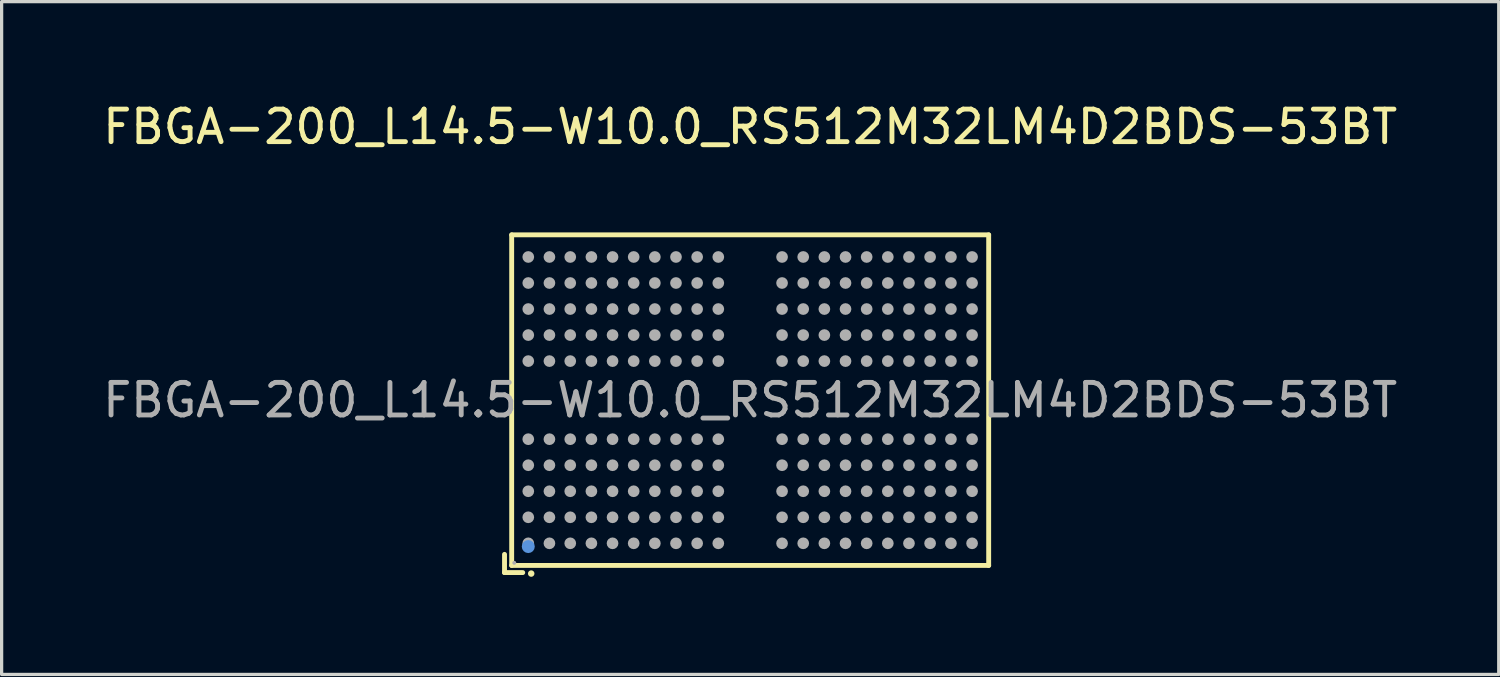
<source format=kicad_pcb>
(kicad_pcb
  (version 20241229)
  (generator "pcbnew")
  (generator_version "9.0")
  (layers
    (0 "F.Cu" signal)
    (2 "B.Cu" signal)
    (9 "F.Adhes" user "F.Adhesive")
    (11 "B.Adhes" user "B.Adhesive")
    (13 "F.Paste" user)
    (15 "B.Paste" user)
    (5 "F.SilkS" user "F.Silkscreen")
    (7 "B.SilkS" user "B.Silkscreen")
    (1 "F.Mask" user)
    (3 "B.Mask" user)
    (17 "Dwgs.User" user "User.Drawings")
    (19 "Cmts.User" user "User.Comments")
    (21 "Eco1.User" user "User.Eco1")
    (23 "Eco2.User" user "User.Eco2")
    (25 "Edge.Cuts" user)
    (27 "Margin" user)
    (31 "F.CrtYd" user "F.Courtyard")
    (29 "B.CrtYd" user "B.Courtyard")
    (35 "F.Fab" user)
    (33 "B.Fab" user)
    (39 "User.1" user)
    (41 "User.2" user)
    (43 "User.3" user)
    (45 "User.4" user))
  (footprint "FBGA-200_L14.5-W10.0_RS512M32LM4D2BDS-53BT"
    (layer "F.Cu")
    (at 20.006 9.248)
    (property "Reference" "FBGA-200_L14.5-W10.0_RS512M32LM4D2BDS-53BT" (at 0 -8.4 0) (layer "F.SilkS") (effects (font (size 1 1) (thickness 0.15))))
    (attr smd)
    (fp_line (start -7.55 4.74) (end -7.55 5.3) (stroke (width 0.15) (type solid)) (layer "F.SilkS"))
    (fp_line (start -7.55 5.3) (end -6.99 5.3) (stroke (width 0.15) (type solid)) (layer "F.SilkS"))
    (fp_line (start -7.33 -5.08) (end 7.33 -5.08) (stroke (width 0.15) (type solid)) (layer "F.SilkS"))
    (fp_line (start -7.33 5.08) (end -7.33 -5.08) (stroke (width 0.15) (type solid)) (layer "F.SilkS"))
    (fp_line (start 7.33 -5.08) (end 7.33 5.08) (stroke (width 0.15) (type solid)) (layer "F.SilkS"))
    (fp_line (start 7.33 5.08) (end -7.33 5.08) (stroke (width 0.15) (type solid)) (layer "F.SilkS"))
    (fp_circle (center -6.73 5.33) (end -6.68 5.33) (stroke (width 0.1) (type solid)) (fill no) (layer "F.SilkS"))
    (fp_circle (center -6.82 4.5) (end -6.72 4.5) (stroke (width 0.2) (type solid)) (fill no) (layer "Cmts.User"))
    (fp_circle (center -7.25 5) (end -7.22 5) (stroke (width 0.06) (type solid)) (fill no) (layer "F.Fab"))
    (fp_circle (center -6.82 -4.4) (end -6.73 -4.4) (stroke (width 0.18) (type solid)) (fill no) (layer "F.Fab"))
    (fp_circle (center -6.82 -3.6) (end -6.73 -3.6) (stroke (width 0.18) (type solid)) (fill no) (layer "F.Fab"))
    (fp_circle (center -6.82 -2.8) (end -6.73 -2.8) (stroke (width 0.18) (type solid)) (fill no) (layer "F.Fab"))
    (fp_circle (center -6.82 -2) (end -6.73 -2) (stroke (width 0.18) (type solid)) (fill no) (layer "F.Fab"))
    (fp_circle (center -6.82 -1.2) (end -6.73 -1.2) (stroke (width 0.18) (type solid)) (fill no) (layer "F.Fab"))
    (fp_circle (center -6.82 1.2) (end -6.73 1.2) (stroke (width 0.18) (type solid)) (fill no) (layer "F.Fab"))
    (fp_circle (center -6.82 2) (end -6.73 2) (stroke (width 0.18) (type solid)) (fill no) (layer "F.Fab"))
    (fp_circle (center -6.82 2.8) (end -6.73 2.8) (stroke (width 0.18) (type solid)) (fill no) (layer "F.Fab"))
    (fp_circle (center -6.82 3.6) (end -6.73 3.6) (stroke (width 0.18) (type solid)) (fill no) (layer "F.Fab"))
    (fp_circle (center -6.82 4.4) (end -6.73 4.4) (stroke (width 0.18) (type solid)) (fill no) (layer "F.Fab"))
    (fp_circle (center -6.17 -4.4) (end -6.08 -4.4) (stroke (width 0.18) (type solid)) (fill no) (layer "F.Fab"))
    (fp_circle (center -6.17 -3.6) (end -6.08 -3.6) (stroke (width 0.18) (type solid)) (fill no) (layer "F.Fab"))
    (fp_circle (center -6.17 -2.8) (end -6.08 -2.8) (stroke (width 0.18) (type solid)) (fill no) (layer "F.Fab"))
    (fp_circle (center -6.17 -2) (end -6.08 -2) (stroke (width 0.18) (type solid)) (fill no) (layer "F.Fab"))
    (fp_circle (center -6.17 -1.2) (end -6.08 -1.2) (stroke (width 0.18) (type solid)) (fill no) (layer "F.Fab"))
    (fp_circle (center -6.17 1.2) (end -6.08 1.2) (stroke (width 0.18) (type solid)) (fill no) (layer "F.Fab"))
    (fp_circle (center -6.17 2) (end -6.08 2) (stroke (width 0.18) (type solid)) (fill no) (layer "F.Fab"))
    (fp_circle (center -6.17 2.8) (end -6.08 2.8) (stroke (width 0.18) (type solid)) (fill no) (layer "F.Fab"))
    (fp_circle (center -6.17 3.6) (end -6.08 3.6) (stroke (width 0.18) (type solid)) (fill no) (layer "F.Fab"))
    (fp_circle (center -6.17 4.4) (end -6.08 4.4) (stroke (width 0.18) (type solid)) (fill no) (layer "F.Fab"))
    (fp_circle (center -5.53 -4.4) (end -5.44 -4.4) (stroke (width 0.18) (type solid)) (fill no) (layer "F.Fab"))
    (fp_circle (center -5.53 -3.6) (end -5.44 -3.6) (stroke (width 0.18) (type solid)) (fill no) (layer "F.Fab"))
    (fp_circle (center -5.53 -2.8) (end -5.44 -2.8) (stroke (width 0.18) (type solid)) (fill no) (layer "F.Fab"))
    (fp_circle (center -5.53 -2) (end -5.44 -2) (stroke (width 0.18) (type solid)) (fill no) (layer "F.Fab"))
    (fp_circle (center -5.53 -1.2) (end -5.44 -1.2) (stroke (width 0.18) (type solid)) (fill no) (layer "F.Fab"))
    (fp_circle (center -5.53 1.2) (end -5.44 1.2) (stroke (width 0.18) (type solid)) (fill no) (layer "F.Fab"))
    (fp_circle (center -5.53 2) (end -5.44 2) (stroke (width 0.18) (type solid)) (fill no) (layer "F.Fab"))
    (fp_circle (center -5.53 2.8) (end -5.44 2.8) (stroke (width 0.18) (type solid)) (fill no) (layer "F.Fab"))
    (fp_circle (center -5.53 3.6) (end -5.44 3.6) (stroke (width 0.18) (type solid)) (fill no) (layer "F.Fab"))
    (fp_circle (center -5.53 4.4) (end -5.44 4.4) (stroke (width 0.18) (type solid)) (fill no) (layer "F.Fab"))
    (fp_circle (center -4.88 -4.4) (end -4.79 -4.4) (stroke (width 0.18) (type solid)) (fill no) (layer "F.Fab"))
    (fp_circle (center -4.88 -3.6) (end -4.79 -3.6) (stroke (width 0.18) (type solid)) (fill no) (layer "F.Fab"))
    (fp_circle (center -4.88 -2.8) (end -4.79 -2.8) (stroke (width 0.18) (type solid)) (fill no) (layer "F.Fab"))
    (fp_circle (center -4.88 -2) (end -4.79 -2) (stroke (width 0.18) (type solid)) (fill no) (layer "F.Fab"))
    (fp_circle (center -4.88 -1.2) (end -4.79 -1.2) (stroke (width 0.18) (type solid)) (fill no) (layer "F.Fab"))
    (fp_circle (center -4.88 1.2) (end -4.79 1.2) (stroke (width 0.18) (type solid)) (fill no) (layer "F.Fab"))
    (fp_circle (center -4.88 2) (end -4.79 2) (stroke (width 0.18) (type solid)) (fill no) (layer "F.Fab"))
    (fp_circle (center -4.88 2.8) (end -4.79 2.8) (stroke (width 0.18) (type solid)) (fill no) (layer "F.Fab"))
    (fp_circle (center -4.88 3.6) (end -4.79 3.6) (stroke (width 0.18) (type solid)) (fill no) (layer "F.Fab"))
    (fp_circle (center -4.88 4.4) (end -4.79 4.4) (stroke (width 0.18) (type solid)) (fill no) (layer "F.Fab"))
    (fp_circle (center -4.23 -4.4) (end -4.14 -4.4) (stroke (width 0.18) (type solid)) (fill no) (layer "F.Fab"))
    (fp_circle (center -4.23 -3.6) (end -4.14 -3.6) (stroke (width 0.18) (type solid)) (fill no) (layer "F.Fab"))
    (fp_circle (center -4.23 -2.8) (end -4.14 -2.8) (stroke (width 0.18) (type solid)) (fill no) (layer "F.Fab"))
    (fp_circle (center -4.23 -2) (end -4.14 -2) (stroke (width 0.18) (type solid)) (fill no) (layer "F.Fab"))
    (fp_circle (center -4.23 -1.2) (end -4.14 -1.2) (stroke (width 0.18) (type solid)) (fill no) (layer "F.Fab"))
    (fp_circle (center -4.23 1.2) (end -4.14 1.2) (stroke (width 0.18) (type solid)) (fill no) (layer "F.Fab"))
    (fp_circle (center -4.23 2) (end -4.14 2) (stroke (width 0.18) (type solid)) (fill no) (layer "F.Fab"))
    (fp_circle (center -4.23 2.8) (end -4.14 2.8) (stroke (width 0.18) (type solid)) (fill no) (layer "F.Fab"))
    (fp_circle (center -4.23 3.6) (end -4.14 3.6) (stroke (width 0.18) (type solid)) (fill no) (layer "F.Fab"))
    (fp_circle (center -4.23 4.4) (end -4.14 4.4) (stroke (width 0.18) (type solid)) (fill no) (layer "F.Fab"))
    (fp_circle (center -3.58 -4.4) (end -3.49 -4.4) (stroke (width 0.18) (type solid)) (fill no) (layer "F.Fab"))
    (fp_circle (center -3.58 -3.6) (end -3.49 -3.6) (stroke (width 0.18) (type solid)) (fill no) (layer "F.Fab"))
    (fp_circle (center -3.58 -2.8) (end -3.49 -2.8) (stroke (width 0.18) (type solid)) (fill no) (layer "F.Fab"))
    (fp_circle (center -3.58 -2) (end -3.49 -2) (stroke (width 0.18) (type solid)) (fill no) (layer "F.Fab"))
    (fp_circle (center -3.58 -1.2) (end -3.49 -1.2) (stroke (width 0.18) (type solid)) (fill no) (layer "F.Fab"))
    (fp_circle (center -3.58 1.2) (end -3.49 1.2) (stroke (width 0.18) (type solid)) (fill no) (layer "F.Fab"))
    (fp_circle (center -3.58 2) (end -3.49 2) (stroke (width 0.18) (type solid)) (fill no) (layer "F.Fab"))
    (fp_circle (center -3.58 2.8) (end -3.49 2.8) (stroke (width 0.18) (type solid)) (fill no) (layer "F.Fab"))
    (fp_circle (center -3.58 3.6) (end -3.49 3.6) (stroke (width 0.18) (type solid)) (fill no) (layer "F.Fab"))
    (fp_circle (center -3.58 4.4) (end -3.49 4.4) (stroke (width 0.18) (type solid)) (fill no) (layer "F.Fab"))
    (fp_circle (center -2.93 -4.4) (end -2.84 -4.4) (stroke (width 0.18) (type solid)) (fill no) (layer "F.Fab"))
    (fp_circle (center -2.93 -3.6) (end -2.84 -3.6) (stroke (width 0.18) (type solid)) (fill no) (layer "F.Fab"))
    (fp_circle (center -2.93 -2.8) (end -2.84 -2.8) (stroke (width 0.18) (type solid)) (fill no) (layer "F.Fab"))
    (fp_circle (center -2.93 -2) (end -2.84 -2) (stroke (width 0.18) (type solid)) (fill no) (layer "F.Fab"))
    (fp_circle (center -2.93 -1.2) (end -2.84 -1.2) (stroke (width 0.18) (type solid)) (fill no) (layer "F.Fab"))
    (fp_circle (center -2.93 1.2) (end -2.84 1.2) (stroke (width 0.18) (type solid)) (fill no) (layer "F.Fab"))
    (fp_circle (center -2.93 2) (end -2.84 2) (stroke (width 0.18) (type solid)) (fill no) (layer "F.Fab"))
    (fp_circle (center -2.93 2.8) (end -2.84 2.8) (stroke (width 0.18) (type solid)) (fill no) (layer "F.Fab"))
    (fp_circle (center -2.93 3.6) (end -2.84 3.6) (stroke (width 0.18) (type solid)) (fill no) (layer "F.Fab"))
    (fp_circle (center -2.93 4.4) (end -2.84 4.4) (stroke (width 0.18) (type solid)) (fill no) (layer "F.Fab"))
    (fp_circle (center -2.28 -4.4) (end -2.19 -4.4) (stroke (width 0.18) (type solid)) (fill no) (layer "F.Fab"))
    (fp_circle (center -2.28 -3.6) (end -2.19 -3.6) (stroke (width 0.18) (type solid)) (fill no) (layer "F.Fab"))
    (fp_circle (center -2.28 -2.8) (end -2.19 -2.8) (stroke (width 0.18) (type solid)) (fill no) (layer "F.Fab"))
    (fp_circle (center -2.28 -2) (end -2.19 -2) (stroke (width 0.18) (type solid)) (fill no) (layer "F.Fab"))
    (fp_circle (center -2.28 -1.2) (end -2.19 -1.2) (stroke (width 0.18) (type solid)) (fill no) (layer "F.Fab"))
    (fp_circle (center -2.28 1.2) (end -2.19 1.2) (stroke (width 0.18) (type solid)) (fill no) (layer "F.Fab"))
    (fp_circle (center -2.28 2) (end -2.19 2) (stroke (width 0.18) (type solid)) (fill no) (layer "F.Fab"))
    (fp_circle (center -2.28 2.8) (end -2.19 2.8) (stroke (width 0.18) (type solid)) (fill no) (layer "F.Fab"))
    (fp_circle (center -2.28 3.6) (end -2.19 3.6) (stroke (width 0.18) (type solid)) (fill no) (layer "F.Fab"))
    (fp_circle (center -2.28 4.4) (end -2.19 4.4) (stroke (width 0.18) (type solid)) (fill no) (layer "F.Fab"))
    (fp_circle (center -1.63 -4.4) (end -1.54 -4.4) (stroke (width 0.18) (type solid)) (fill no) (layer "F.Fab"))
    (fp_circle (center -1.63 -3.6) (end -1.54 -3.6) (stroke (width 0.18) (type solid)) (fill no) (layer "F.Fab"))
    (fp_circle (center -1.63 -2.8) (end -1.54 -2.8) (stroke (width 0.18) (type solid)) (fill no) (layer "F.Fab"))
    (fp_circle (center -1.63 -2) (end -1.54 -2) (stroke (width 0.18) (type solid)) (fill no) (layer "F.Fab"))
    (fp_circle (center -1.63 -1.2) (end -1.54 -1.2) (stroke (width 0.18) (type solid)) (fill no) (layer "F.Fab"))
    (fp_circle (center -1.63 1.2) (end -1.54 1.2) (stroke (width 0.18) (type solid)) (fill no) (layer "F.Fab"))
    (fp_circle (center -1.63 2) (end -1.54 2) (stroke (width 0.18) (type solid)) (fill no) (layer "F.Fab"))
    (fp_circle (center -1.63 2.8) (end -1.54 2.8) (stroke (width 0.18) (type solid)) (fill no) (layer "F.Fab"))
    (fp_circle (center -1.63 3.6) (end -1.54 3.6) (stroke (width 0.18) (type solid)) (fill no) (layer "F.Fab"))
    (fp_circle (center -1.63 4.4) (end -1.54 4.4) (stroke (width 0.18) (type solid)) (fill no) (layer "F.Fab"))
    (fp_circle (center -0.98 -4.4) (end -0.89 -4.4) (stroke (width 0.18) (type solid)) (fill no) (layer "F.Fab"))
    (fp_circle (center -0.98 -3.6) (end -0.89 -3.6) (stroke (width 0.18) (type solid)) (fill no) (layer "F.Fab"))
    (fp_circle (center -0.98 -2.8) (end -0.89 -2.8) (stroke (width 0.18) (type solid)) (fill no) (layer "F.Fab"))
    (fp_circle (center -0.98 -2) (end -0.89 -2) (stroke (width 0.18) (type solid)) (fill no) (layer "F.Fab"))
    (fp_circle (center -0.98 -1.2) (end -0.89 -1.2) (stroke (width 0.18) (type solid)) (fill no) (layer "F.Fab"))
    (fp_circle (center -0.98 1.2) (end -0.89 1.2) (stroke (width 0.18) (type solid)) (fill no) (layer "F.Fab"))
    (fp_circle (center -0.98 2) (end -0.89 2) (stroke (width 0.18) (type solid)) (fill no) (layer "F.Fab"))
    (fp_circle (center -0.98 2.8) (end -0.89 2.8) (stroke (width 0.18) (type solid)) (fill no) (layer "F.Fab"))
    (fp_circle (center -0.98 3.6) (end -0.89 3.6) (stroke (width 0.18) (type solid)) (fill no) (layer "F.Fab"))
    (fp_circle (center -0.98 4.4) (end -0.89 4.4) (stroke (width 0.18) (type solid)) (fill no) (layer "F.Fab"))
    (fp_circle (center 0.98 -4.4) (end 1.07 -4.4) (stroke (width 0.18) (type solid)) (fill no) (layer "F.Fab"))
    (fp_circle (center 0.98 -3.6) (end 1.07 -3.6) (stroke (width 0.18) (type solid)) (fill no) (layer "F.Fab"))
    (fp_circle (center 0.98 -2.8) (end 1.07 -2.8) (stroke (width 0.18) (type solid)) (fill no) (layer "F.Fab"))
    (fp_circle (center 0.98 -2) (end 1.07 -2) (stroke (width 0.18) (type solid)) (fill no) (layer "F.Fab"))
    (fp_circle (center 0.98 -1.2) (end 1.07 -1.2) (stroke (width 0.18) (type solid)) (fill no) (layer "F.Fab"))
    (fp_circle (center 0.98 1.2) (end 1.07 1.2) (stroke (width 0.18) (type solid)) (fill no) (layer "F.Fab"))
    (fp_circle (center 0.98 2) (end 1.07 2) (stroke (width 0.18) (type solid)) (fill no) (layer "F.Fab"))
    (fp_circle (center 0.98 2.8) (end 1.07 2.8) (stroke (width 0.18) (type solid)) (fill no) (layer "F.Fab"))
    (fp_circle (center 0.98 3.6) (end 1.07 3.6) (stroke (width 0.18) (type solid)) (fill no) (layer "F.Fab"))
    (fp_circle (center 0.98 4.4) (end 1.07 4.4) (stroke (width 0.18) (type solid)) (fill no) (layer "F.Fab"))
    (fp_circle (center 1.63 -4.4) (end 1.72 -4.4) (stroke (width 0.18) (type solid)) (fill no) (layer "F.Fab"))
    (fp_circle (center 1.63 -3.6) (end 1.72 -3.6) (stroke (width 0.18) (type solid)) (fill no) (layer "F.Fab"))
    (fp_circle (center 1.63 -2.8) (end 1.72 -2.8) (stroke (width 0.18) (type solid)) (fill no) (layer "F.Fab"))
    (fp_circle (center 1.63 -2) (end 1.72 -2) (stroke (width 0.18) (type solid)) (fill no) (layer "F.Fab"))
    (fp_circle (center 1.63 -1.2) (end 1.72 -1.2) (stroke (width 0.18) (type solid)) (fill no) (layer "F.Fab"))
    (fp_circle (center 1.63 1.2) (end 1.72 1.2) (stroke (width 0.18) (type solid)) (fill no) (layer "F.Fab"))
    (fp_circle (center 1.63 2) (end 1.72 2) (stroke (width 0.18) (type solid)) (fill no) (layer "F.Fab"))
    (fp_circle (center 1.63 2.8) (end 1.72 2.8) (stroke (width 0.18) (type solid)) (fill no) (layer "F.Fab"))
    (fp_circle (center 1.63 3.6) (end 1.72 3.6) (stroke (width 0.18) (type solid)) (fill no) (layer "F.Fab"))
    (fp_circle (center 1.63 4.4) (end 1.72 4.4) (stroke (width 0.18) (type solid)) (fill no) (layer "F.Fab"))
    (fp_circle (center 2.28 -4.4) (end 2.37 -4.4) (stroke (width 0.18) (type solid)) (fill no) (layer "F.Fab"))
    (fp_circle (center 2.28 -3.6) (end 2.37 -3.6) (stroke (width 0.18) (type solid)) (fill no) (layer "F.Fab"))
    (fp_circle (center 2.28 -2.8) (end 2.37 -2.8) (stroke (width 0.18) (type solid)) (fill no) (layer "F.Fab"))
    (fp_circle (center 2.28 -2) (end 2.37 -2) (stroke (width 0.18) (type solid)) (fill no) (layer "F.Fab"))
    (fp_circle (center 2.28 -1.2) (end 2.37 -1.2) (stroke (width 0.18) (type solid)) (fill no) (layer "F.Fab"))
    (fp_circle (center 2.28 1.2) (end 2.37 1.2) (stroke (width 0.18) (type solid)) (fill no) (layer "F.Fab"))
    (fp_circle (center 2.28 2) (end 2.37 2) (stroke (width 0.18) (type solid)) (fill no) (layer "F.Fab"))
    (fp_circle (center 2.28 2.8) (end 2.37 2.8) (stroke (width 0.18) (type solid)) (fill no) (layer "F.Fab"))
    (fp_circle (center 2.28 3.6) (end 2.37 3.6) (stroke (width 0.18) (type solid)) (fill no) (layer "F.Fab"))
    (fp_circle (center 2.28 4.4) (end 2.37 4.4) (stroke (width 0.18) (type solid)) (fill no) (layer "F.Fab"))
    (fp_circle (center 2.93 -4.4) (end 3.02 -4.4) (stroke (width 0.18) (type solid)) (fill no) (layer "F.Fab"))
    (fp_circle (center 2.93 -3.6) (end 3.02 -3.6) (stroke (width 0.18) (type solid)) (fill no) (layer "F.Fab"))
    (fp_circle (center 2.93 -2.8) (end 3.02 -2.8) (stroke (width 0.18) (type solid)) (fill no) (layer "F.Fab"))
    (fp_circle (center 2.93 -2) (end 3.02 -2) (stroke (width 0.18) (type solid)) (fill no) (layer "F.Fab"))
    (fp_circle (center 2.93 -1.2) (end 3.02 -1.2) (stroke (width 0.18) (type solid)) (fill no) (layer "F.Fab"))
    (fp_circle (center 2.93 1.2) (end 3.02 1.2) (stroke (width 0.18) (type solid)) (fill no) (layer "F.Fab"))
    (fp_circle (center 2.93 2) (end 3.02 2) (stroke (width 0.18) (type solid)) (fill no) (layer "F.Fab"))
    (fp_circle (center 2.93 2.8) (end 3.02 2.8) (stroke (width 0.18) (type solid)) (fill no) (layer "F.Fab"))
    (fp_circle (center 2.93 3.6) (end 3.02 3.6) (stroke (width 0.18) (type solid)) (fill no) (layer "F.Fab"))
    (fp_circle (center 2.93 4.4) (end 3.02 4.4) (stroke (width 0.18) (type solid)) (fill no) (layer "F.Fab"))
    (fp_circle (center 3.58 -4.4) (end 3.67 -4.4) (stroke (width 0.18) (type solid)) (fill no) (layer "F.Fab"))
    (fp_circle (center 3.58 -3.6) (end 3.67 -3.6) (stroke (width 0.18) (type solid)) (fill no) (layer "F.Fab"))
    (fp_circle (center 3.58 -2.8) (end 3.67 -2.8) (stroke (width 0.18) (type solid)) (fill no) (layer "F.Fab"))
    (fp_circle (center 3.58 -2) (end 3.67 -2) (stroke (width 0.18) (type solid)) (fill no) (layer "F.Fab"))
    (fp_circle (center 3.58 -1.2) (end 3.67 -1.2) (stroke (width 0.18) (type solid)) (fill no) (layer "F.Fab"))
    (fp_circle (center 3.58 1.2) (end 3.67 1.2) (stroke (width 0.18) (type solid)) (fill no) (layer "F.Fab"))
    (fp_circle (center 3.58 2) (end 3.67 2) (stroke (width 0.18) (type solid)) (fill no) (layer "F.Fab"))
    (fp_circle (center 3.58 2.8) (end 3.67 2.8) (stroke (width 0.18) (type solid)) (fill no) (layer "F.Fab"))
    (fp_circle (center 3.58 3.6) (end 3.67 3.6) (stroke (width 0.18) (type solid)) (fill no) (layer "F.Fab"))
    (fp_circle (center 3.58 4.4) (end 3.67 4.4) (stroke (width 0.18) (type solid)) (fill no) (layer "F.Fab"))
    (fp_circle (center 4.23 -4.4) (end 4.32 -4.4) (stroke (width 0.18) (type solid)) (fill no) (layer "F.Fab"))
    (fp_circle (center 4.23 -3.6) (end 4.32 -3.6) (stroke (width 0.18) (type solid)) (fill no) (layer "F.Fab"))
    (fp_circle (center 4.23 -2.8) (end 4.32 -2.8) (stroke (width 0.18) (type solid)) (fill no) (layer "F.Fab"))
    (fp_circle (center 4.23 -2) (end 4.32 -2) (stroke (width 0.18) (type solid)) (fill no) (layer "F.Fab"))
    (fp_circle (center 4.23 -1.2) (end 4.32 -1.2) (stroke (width 0.18) (type solid)) (fill no) (layer "F.Fab"))
    (fp_circle (center 4.23 1.2) (end 4.32 1.2) (stroke (width 0.18) (type solid)) (fill no) (layer "F.Fab"))
    (fp_circle (center 4.23 2) (end 4.32 2) (stroke (width 0.18) (type solid)) (fill no) (layer "F.Fab"))
    (fp_circle (center 4.23 2.8) (end 4.32 2.8) (stroke (width 0.18) (type solid)) (fill no) (layer "F.Fab"))
    (fp_circle (center 4.23 3.6) (end 4.32 3.6) (stroke (width 0.18) (type solid)) (fill no) (layer "F.Fab"))
    (fp_circle (center 4.23 4.4) (end 4.32 4.4) (stroke (width 0.18) (type solid)) (fill no) (layer "F.Fab"))
    (fp_circle (center 4.88 -4.4) (end 4.97 -4.4) (stroke (width 0.18) (type solid)) (fill no) (layer "F.Fab"))
    (fp_circle (center 4.88 -3.6) (end 4.97 -3.6) (stroke (width 0.18) (type solid)) (fill no) (layer "F.Fab"))
    (fp_circle (center 4.88 -2.8) (end 4.97 -2.8) (stroke (width 0.18) (type solid)) (fill no) (layer "F.Fab"))
    (fp_circle (center 4.88 -2) (end 4.97 -2) (stroke (width 0.18) (type solid)) (fill no) (layer "F.Fab"))
    (fp_circle (center 4.88 -1.2) (end 4.97 -1.2) (stroke (width 0.18) (type solid)) (fill no) (layer "F.Fab"))
    (fp_circle (center 4.88 1.2) (end 4.97 1.2) (stroke (width 0.18) (type solid)) (fill no) (layer "F.Fab"))
    (fp_circle (center 4.88 2) (end 4.97 2) (stroke (width 0.18) (type solid)) (fill no) (layer "F.Fab"))
    (fp_circle (center 4.88 2.8) (end 4.97 2.8) (stroke (width 0.18) (type solid)) (fill no) (layer "F.Fab"))
    (fp_circle (center 4.88 3.6) (end 4.97 3.6) (stroke (width 0.18) (type solid)) (fill no) (layer "F.Fab"))
    (fp_circle (center 4.88 4.4) (end 4.97 4.4) (stroke (width 0.18) (type solid)) (fill no) (layer "F.Fab"))
    (fp_circle (center 5.53 -4.4) (end 5.62 -4.4) (stroke (width 0.18) (type solid)) (fill no) (layer "F.Fab"))
    (fp_circle (center 5.53 -3.6) (end 5.62 -3.6) (stroke (width 0.18) (type solid)) (fill no) (layer "F.Fab"))
    (fp_circle (center 5.53 -2.8) (end 5.62 -2.8) (stroke (width 0.18) (type solid)) (fill no) (layer "F.Fab"))
    (fp_circle (center 5.53 -2) (end 5.62 -2) (stroke (width 0.18) (type solid)) (fill no) (layer "F.Fab"))
    (fp_circle (center 5.53 -1.2) (end 5.62 -1.2) (stroke (width 0.18) (type solid)) (fill no) (layer "F.Fab"))
    (fp_circle (center 5.53 1.2) (end 5.62 1.2) (stroke (width 0.18) (type solid)) (fill no) (layer "F.Fab"))
    (fp_circle (center 5.53 2) (end 5.62 2) (stroke (width 0.18) (type solid)) (fill no) (layer "F.Fab"))
    (fp_circle (center 5.53 2.8) (end 5.62 2.8) (stroke (width 0.18) (type solid)) (fill no) (layer "F.Fab"))
    (fp_circle (center 5.53 3.6) (end 5.62 3.6) (stroke (width 0.18) (type solid)) (fill no) (layer "F.Fab"))
    (fp_circle (center 5.53 4.4) (end 5.62 4.4) (stroke (width 0.18) (type solid)) (fill no) (layer "F.Fab"))
    (fp_circle (center 6.17 -4.4) (end 6.26 -4.4) (stroke (width 0.18) (type solid)) (fill no) (layer "F.Fab"))
    (fp_circle (center 6.17 -3.6) (end 6.26 -3.6) (stroke (width 0.18) (type solid)) (fill no) (layer "F.Fab"))
    (fp_circle (center 6.17 -2.8) (end 6.26 -2.8) (stroke (width 0.18) (type solid)) (fill no) (layer "F.Fab"))
    (fp_circle (center 6.17 -2) (end 6.26 -2) (stroke (width 0.18) (type solid)) (fill no) (layer "F.Fab"))
    (fp_circle (center 6.17 -1.2) (end 6.26 -1.2) (stroke (width 0.18) (type solid)) (fill no) (layer "F.Fab"))
    (fp_circle (center 6.17 1.2) (end 6.26 1.2) (stroke (width 0.18) (type solid)) (fill no) (layer "F.Fab"))
    (fp_circle (center 6.17 2) (end 6.26 2) (stroke (width 0.18) (type solid)) (fill no) (layer "F.Fab"))
    (fp_circle (center 6.17 2.8) (end 6.26 2.8) (stroke (width 0.18) (type solid)) (fill no) (layer "F.Fab"))
    (fp_circle (center 6.17 3.6) (end 6.26 3.6) (stroke (width 0.18) (type solid)) (fill no) (layer "F.Fab"))
    (fp_circle (center 6.17 4.4) (end 6.26 4.4) (stroke (width 0.18) (type solid)) (fill no) (layer "F.Fab"))
    (fp_circle (center 6.82 -4.4) (end 6.91 -4.4) (stroke (width 0.18) (type solid)) (fill no) (layer "F.Fab"))
    (fp_circle (center 6.82 -3.6) (end 6.91 -3.6) (stroke (width 0.18) (type solid)) (fill no) (layer "F.Fab"))
    (fp_circle (center 6.82 -2.8) (end 6.91 -2.8) (stroke (width 0.18) (type solid)) (fill no) (layer "F.Fab"))
    (fp_circle (center 6.82 -2) (end 6.91 -2) (stroke (width 0.18) (type solid)) (fill no) (layer "F.Fab"))
    (fp_circle (center 6.82 -1.2) (end 6.91 -1.2) (stroke (width 0.18) (type solid)) (fill no) (layer "F.Fab"))
    (fp_circle (center 6.82 1.2) (end 6.91 1.2) (stroke (width 0.18) (type solid)) (fill no) (layer "F.Fab"))
    (fp_circle (center 6.82 2) (end 6.91 2) (stroke (width 0.18) (type solid)) (fill no) (layer "F.Fab"))
    (fp_circle (center 6.82 2.8) (end 6.91 2.8) (stroke (width 0.18) (type solid)) (fill no) (layer "F.Fab"))
    (fp_circle (center 6.82 3.6) (end 6.91 3.6) (stroke (width 0.18) (type solid)) (fill no) (layer "F.Fab"))
    (fp_circle (center 6.82 4.4) (end 6.91 4.4) (stroke (width 0.18) (type solid)) (fill no) (layer "F.Fab"))
    (fp_text user "${REFERENCE}" (at 0 0 0) (layer "F.Fab") (effects (font (size 1 1) (thickness 0.15))))
    (pad "A1" smd circle (at -6.82 4.4) (size 0.29 0.29) (layers "F.Cu" "F.Mask" "F.Paste"))
    (pad "A2" smd circle (at -6.82 3.6) (size 0.29 0.29) (layers "F.Cu" "F.Mask" "F.Paste"))
    (pad "A3" smd circle (at -6.82 2.8) (size 0.29 0.29) (layers "F.Cu" "F.Mask" "F.Paste"))
    (pad "A4" smd circle (at -6.82 2) (size 0.29 0.29) (layers "F.Cu" "F.Mask" "F.Paste"))
    (pad "A5" smd circle (at -6.82 1.2) (size 0.29 0.29) (layers "F.Cu" "F.Mask" "F.Paste"))
    (pad "A8" smd circle (at -6.82 -1.2) (size 0.29 0.29) (layers "F.Cu" "F.Mask" "F.Paste"))
    (pad "A9" smd circle (at -6.82 -2) (size 0.29 0.29) (layers "F.Cu" "F.Mask" "F.Paste"))
    (pad "A10" smd circle (at -6.82 -2.8) (size 0.29 0.29) (layers "F.Cu" "F.Mask" "F.Paste"))
    (pad "A11" smd circle (at -6.82 -3.6) (size 0.29 0.29) (layers "F.Cu" "F.Mask" "F.Paste"))
    (pad "A12" smd circle (at -6.82 -4.4) (size 0.29 0.29) (layers "F.Cu" "F.Mask" "F.Paste"))
    (pad "AA1" smd circle (at 6.17 4.4) (size 0.29 0.29) (layers "F.Cu" "F.Mask" "F.Paste"))
    (pad "AA2" smd circle (at 6.17 3.6) (size 0.29 0.29) (layers "F.Cu" "F.Mask" "F.Paste"))
    (pad "AA3" smd circle (at 6.17 2.8) (size 0.29 0.29) (layers "F.Cu" "F.Mask" "F.Paste"))
    (pad "AA4" smd circle (at 6.17 2) (size 0.29 0.29) (layers "F.Cu" "F.Mask" "F.Paste"))
    (pad "AA5" smd circle (at 6.17 1.2) (size 0.29 0.29) (layers "F.Cu" "F.Mask" "F.Paste"))
    (pad "AA8" smd circle (at 6.17 -1.2) (size 0.29 0.29) (layers "F.Cu" "F.Mask" "F.Paste"))
    (pad "AA9" smd circle (at 6.17 -2) (size 0.29 0.29) (layers "F.Cu" "F.Mask" "F.Paste"))
    (pad "AA10" smd circle (at 6.17 -2.8) (size 0.29 0.29) (layers "F.Cu" "F.Mask" "F.Paste"))
    (pad "AA11" smd circle (at 6.17 -3.6) (size 0.29 0.29) (layers "F.Cu" "F.Mask" "F.Paste"))
    (pad "AA12" smd circle (at 6.17 -4.4) (size 0.29 0.29) (layers "F.Cu" "F.Mask" "F.Paste"))
    (pad "AB1" smd circle (at 6.82 4.4) (size 0.29 0.29) (layers "F.Cu" "F.Mask" "F.Paste"))
    (pad "AB2" smd circle (at 6.82 3.6) (size 0.29 0.29) (layers "F.Cu" "F.Mask" "F.Paste"))
    (pad "AB3" smd circle (at 6.82 2.8) (size 0.29 0.29) (layers "F.Cu" "F.Mask" "F.Paste"))
    (pad "AB4" smd circle (at 6.82 2) (size 0.29 0.29) (layers "F.Cu" "F.Mask" "F.Paste"))
    (pad "AB5" smd circle (at 6.82 1.2) (size 0.29 0.29) (layers "F.Cu" "F.Mask" "F.Paste"))
    (pad "AB8" smd circle (at 6.82 -1.2) (size 0.29 0.29) (layers "F.Cu" "F.Mask" "F.Paste"))
    (pad "AB9" smd circle (at 6.82 -2) (size 0.29 0.29) (layers "F.Cu" "F.Mask" "F.Paste"))
    (pad "AB10" smd circle (at 6.82 -2.8) (size 0.29 0.29) (layers "F.Cu" "F.Mask" "F.Paste"))
    (pad "AB11" smd circle (at 6.82 -3.6) (size 0.29 0.29) (layers "F.Cu" "F.Mask" "F.Paste"))
    (pad "AB12" smd circle (at 6.82 -4.4) (size 0.29 0.29) (layers "F.Cu" "F.Mask" "F.Paste"))
    (pad "B1" smd circle (at -6.17 4.4) (size 0.29 0.29) (layers "F.Cu" "F.Mask" "F.Paste"))
    (pad "B2" smd circle (at -6.17 3.6) (size 0.29 0.29) (layers "F.Cu" "F.Mask" "F.Paste"))
    (pad "B3" smd circle (at -6.17 2.8) (size 0.29 0.29) (layers "F.Cu" "F.Mask" "F.Paste"))
    (pad "B4" smd circle (at -6.17 2) (size 0.29 0.29) (layers "F.Cu" "F.Mask" "F.Paste"))
    (pad "B5" smd circle (at -6.17 1.2) (size 0.29 0.29) (layers "F.Cu" "F.Mask" "F.Paste"))
    (pad "B8" smd circle (at -6.17 -1.2) (size 0.29 0.29) (layers "F.Cu" "F.Mask" "F.Paste"))
    (pad "B9" smd circle (at -6.17 -2) (size 0.29 0.29) (layers "F.Cu" "F.Mask" "F.Paste"))
    (pad "B10" smd circle (at -6.17 -2.8) (size 0.29 0.29) (layers "F.Cu" "F.Mask" "F.Paste"))
    (pad "B11" smd circle (at -6.17 -3.6) (size 0.29 0.29) (layers "F.Cu" "F.Mask" "F.Paste"))
    (pad "B12" smd circle (at -6.17 -4.4) (size 0.29 0.29) (layers "F.Cu" "F.Mask" "F.Paste"))
    (pad "C1" smd circle (at -5.53 4.4) (size 0.29 0.29) (layers "F.Cu" "F.Mask" "F.Paste"))
    (pad "C2" smd circle (at -5.53 3.6) (size 0.29 0.29) (layers "F.Cu" "F.Mask" "F.Paste"))
    (pad "C3" smd circle (at -5.53 2.8) (size 0.29 0.29) (layers "F.Cu" "F.Mask" "F.Paste"))
    (pad "C4" smd circle (at -5.53 2) (size 0.29 0.29) (layers "F.Cu" "F.Mask" "F.Paste"))
    (pad "C5" smd circle (at -5.53 1.2) (size 0.29 0.29) (layers "F.Cu" "F.Mask" "F.Paste"))
    (pad "C8" smd circle (at -5.53 -1.2) (size 0.29 0.29) (layers "F.Cu" "F.Mask" "F.Paste"))
    (pad "C9" smd circle (at -5.53 -2) (size 0.29 0.29) (layers "F.Cu" "F.Mask" "F.Paste"))
    (pad "C10" smd circle (at -5.53 -2.8) (size 0.29 0.29) (layers "F.Cu" "F.Mask" "F.Paste"))
    (pad "C11" smd circle (at -5.53 -3.6) (size 0.29 0.29) (layers "F.Cu" "F.Mask" "F.Paste"))
    (pad "C12" smd circle (at -5.53 -4.4) (size 0.29 0.29) (layers "F.Cu" "F.Mask" "F.Paste"))
    (pad "D1" smd circle (at -4.88 4.4) (size 0.29 0.29) (layers "F.Cu" "F.Mask" "F.Paste"))
    (pad "D2" smd circle (at -4.88 3.6) (size 0.29 0.29) (layers "F.Cu" "F.Mask" "F.Paste"))
    (pad "D3" smd circle (at -4.88 2.8) (size 0.29 0.29) (layers "F.Cu" "F.Mask" "F.Paste"))
    (pad "D4" smd circle (at -4.88 2) (size 0.29 0.29) (layers "F.Cu" "F.Mask" "F.Paste"))
    (pad "D5" smd circle (at -4.88 1.2) (size 0.29 0.29) (layers "F.Cu" "F.Mask" "F.Paste"))
    (pad "D8" smd circle (at -4.88 -1.2) (size 0.29 0.29) (layers "F.Cu" "F.Mask" "F.Paste"))
    (pad "D9" smd circle (at -4.88 -2) (size 0.29 0.29) (layers "F.Cu" "F.Mask" "F.Paste"))
    (pad "D10" smd circle (at -4.88 -2.8) (size 0.29 0.29) (layers "F.Cu" "F.Mask" "F.Paste"))
    (pad "D11" smd circle (at -4.88 -3.6) (size 0.29 0.29) (layers "F.Cu" "F.Mask" "F.Paste"))
    (pad "D12" smd circle (at -4.88 -4.4) (size 0.29 0.29) (layers "F.Cu" "F.Mask" "F.Paste"))
    (pad "E1" smd circle (at -4.23 4.4) (size 0.29 0.29) (layers "F.Cu" "F.Mask" "F.Paste"))
    (pad "E2" smd circle (at -4.23 3.6) (size 0.29 0.29) (layers "F.Cu" "F.Mask" "F.Paste"))
    (pad "E3" smd circle (at -4.23 2.8) (size 0.29 0.29) (layers "F.Cu" "F.Mask" "F.Paste"))
    (pad "E4" smd circle (at -4.23 2) (size 0.29 0.29) (layers "F.Cu" "F.Mask" "F.Paste"))
    (pad "E5" smd circle (at -4.23 1.2) (size 0.29 0.29) (layers "F.Cu" "F.Mask" "F.Paste"))
    (pad "E8" smd circle (at -4.23 -1.2) (size 0.29 0.29) (layers "F.Cu" "F.Mask" "F.Paste"))
    (pad "E9" smd circle (at -4.23 -2) (size 0.29 0.29) (layers "F.Cu" "F.Mask" "F.Paste"))
    (pad "E10" smd circle (at -4.23 -2.8) (size 0.29 0.29) (layers "F.Cu" "F.Mask" "F.Paste"))
    (pad "E11" smd circle (at -4.23 -3.6) (size 0.29 0.29) (layers "F.Cu" "F.Mask" "F.Paste"))
    (pad "E12" smd circle (at -4.23 -4.4) (size 0.29 0.29) (layers "F.Cu" "F.Mask" "F.Paste"))
    (pad "F1" smd circle (at -3.58 4.4) (size 0.29 0.29) (layers "F.Cu" "F.Mask" "F.Paste"))
    (pad "F2" smd circle (at -3.58 3.6) (size 0.29 0.29) (layers "F.Cu" "F.Mask" "F.Paste"))
    (pad "F3" smd circle (at -3.58 2.8) (size 0.29 0.29) (layers "F.Cu" "F.Mask" "F.Paste"))
    (pad "F4" smd circle (at -3.58 2) (size 0.29 0.29) (layers "F.Cu" "F.Mask" "F.Paste"))
    (pad "F5" smd circle (at -3.58 1.2) (size 0.29 0.29) (layers "F.Cu" "F.Mask" "F.Paste"))
    (pad "F8" smd circle (at -3.58 -1.2) (size 0.29 0.29) (layers "F.Cu" "F.Mask" "F.Paste"))
    (pad "F9" smd circle (at -3.58 -2) (size 0.29 0.29) (layers "F.Cu" "F.Mask" "F.Paste"))
    (pad "F10" smd circle (at -3.58 -2.8) (size 0.29 0.29) (layers "F.Cu" "F.Mask" "F.Paste"))
    (pad "F11" smd circle (at -3.58 -3.6) (size 0.29 0.29) (layers "F.Cu" "F.Mask" "F.Paste"))
    (pad "F12" smd circle (at -3.58 -4.4) (size 0.29 0.29) (layers "F.Cu" "F.Mask" "F.Paste"))
    (pad "G1" smd circle (at -2.93 4.4) (size 0.29 0.29) (layers "F.Cu" "F.Mask" "F.Paste"))
    (pad "G2" smd circle (at -2.93 3.6) (size 0.29 0.29) (layers "F.Cu" "F.Mask" "F.Paste"))
    (pad "G3" smd circle (at -2.93 2.8) (size 0.29 0.29) (layers "F.Cu" "F.Mask" "F.Paste"))
    (pad "G4" smd circle (at -2.93 2) (size 0.29 0.29) (layers "F.Cu" "F.Mask" "F.Paste"))
    (pad "G5" smd circle (at -2.93 1.2) (size 0.29 0.29) (layers "F.Cu" "F.Mask" "F.Paste"))
    (pad "G8" smd circle (at -2.93 -1.2) (size 0.29 0.29) (layers "F.Cu" "F.Mask" "F.Paste"))
    (pad "G9" smd circle (at -2.93 -2) (size 0.29 0.29) (layers "F.Cu" "F.Mask" "F.Paste"))
    (pad "G10" smd circle (at -2.93 -2.8) (size 0.29 0.29) (layers "F.Cu" "F.Mask" "F.Paste"))
    (pad "G11" smd circle (at -2.93 -3.6) (size 0.29 0.29) (layers "F.Cu" "F.Mask" "F.Paste"))
    (pad "G12" smd circle (at -2.93 -4.4) (size 0.29 0.29) (layers "F.Cu" "F.Mask" "F.Paste"))
    (pad "H1" smd circle (at -2.28 4.4) (size 0.29 0.29) (layers "F.Cu" "F.Mask" "F.Paste"))
    (pad "H2" smd circle (at -2.28 3.6) (size 0.29 0.29) (layers "F.Cu" "F.Mask" "F.Paste"))
    (pad "H3" smd circle (at -2.28 2.8) (size 0.29 0.29) (layers "F.Cu" "F.Mask" "F.Paste"))
    (pad "H4" smd circle (at -2.28 2) (size 0.29 0.29) (layers "F.Cu" "F.Mask" "F.Paste"))
    (pad "H5" smd circle (at -2.28 1.2) (size 0.29 0.29) (layers "F.Cu" "F.Mask" "F.Paste"))
    (pad "H8" smd circle (at -2.28 -1.2) (size 0.29 0.29) (layers "F.Cu" "F.Mask" "F.Paste"))
    (pad "H9" smd circle (at -2.28 -2) (size 0.29 0.29) (layers "F.Cu" "F.Mask" "F.Paste"))
    (pad "H10" smd circle (at -2.28 -2.8) (size 0.29 0.29) (layers "F.Cu" "F.Mask" "F.Paste"))
    (pad "H11" smd circle (at -2.28 -3.6) (size 0.29 0.29) (layers "F.Cu" "F.Mask" "F.Paste"))
    (pad "H12" smd circle (at -2.28 -4.4) (size 0.29 0.29) (layers "F.Cu" "F.Mask" "F.Paste"))
    (pad "J1" smd circle (at -1.63 4.4) (size 0.29 0.29) (layers "F.Cu" "F.Mask" "F.Paste"))
    (pad "J2" smd circle (at -1.63 3.6) (size 0.29 0.29) (layers "F.Cu" "F.Mask" "F.Paste"))
    (pad "J3" smd circle (at -1.63 2.8) (size 0.29 0.29) (layers "F.Cu" "F.Mask" "F.Paste"))
    (pad "J4" smd circle (at -1.63 2) (size 0.29 0.29) (layers "F.Cu" "F.Mask" "F.Paste"))
    (pad "J5" smd circle (at -1.63 1.2) (size 0.29 0.29) (layers "F.Cu" "F.Mask" "F.Paste"))
    (pad "J8" smd circle (at -1.63 -1.2) (size 0.29 0.29) (layers "F.Cu" "F.Mask" "F.Paste"))
    (pad "J9" smd circle (at -1.63 -2) (size 0.29 0.29) (layers "F.Cu" "F.Mask" "F.Paste"))
    (pad "J10" smd circle (at -1.63 -2.8) (size 0.29 0.29) (layers "F.Cu" "F.Mask" "F.Paste"))
    (pad "J11" smd circle (at -1.63 -3.6) (size 0.29 0.29) (layers "F.Cu" "F.Mask" "F.Paste"))
    (pad "J12" smd circle (at -1.63 -4.4) (size 0.29 0.29) (layers "F.Cu" "F.Mask" "F.Paste"))
    (pad "K1" smd circle (at -0.98 4.4) (size 0.29 0.29) (layers "F.Cu" "F.Mask" "F.Paste"))
    (pad "K2" smd circle (at -0.98 3.6) (size 0.29 0.29) (layers "F.Cu" "F.Mask" "F.Paste"))
    (pad "K3" smd circle (at -0.98 2.8) (size 0.29 0.29) (layers "F.Cu" "F.Mask" "F.Paste"))
    (pad "K4" smd circle (at -0.98 2) (size 0.29 0.29) (layers "F.Cu" "F.Mask" "F.Paste"))
    (pad "K5" smd circle (at -0.98 1.2) (size 0.29 0.29) (layers "F.Cu" "F.Mask" "F.Paste"))
    (pad "K8" smd circle (at -0.98 -1.2) (size 0.29 0.29) (layers "F.Cu" "F.Mask" "F.Paste"))
    (pad "K9" smd circle (at -0.98 -2) (size 0.29 0.29) (layers "F.Cu" "F.Mask" "F.Paste"))
    (pad "K10" smd circle (at -0.98 -2.8) (size 0.29 0.29) (layers "F.Cu" "F.Mask" "F.Paste"))
    (pad "K11" smd circle (at -0.98 -3.6) (size 0.29 0.29) (layers "F.Cu" "F.Mask" "F.Paste"))
    (pad "K12" smd circle (at -0.98 -4.4) (size 0.29 0.29) (layers "F.Cu" "F.Mask" "F.Paste"))
    (pad "N1" smd circle (at 0.98 4.4) (size 0.29 0.29) (layers "F.Cu" "F.Mask" "F.Paste"))
    (pad "N2" smd circle (at 0.98 3.6) (size 0.29 0.29) (layers "F.Cu" "F.Mask" "F.Paste"))
    (pad "N3" smd circle (at 0.98 2.8) (size 0.29 0.29) (layers "F.Cu" "F.Mask" "F.Paste"))
    (pad "N4" smd circle (at 0.98 2) (size 0.29 0.29) (layers "F.Cu" "F.Mask" "F.Paste"))
    (pad "N5" smd circle (at 0.98 1.2) (size 0.29 0.29) (layers "F.Cu" "F.Mask" "F.Paste"))
    (pad "N8" smd circle (at 0.98 -1.2) (size 0.29 0.29) (layers "F.Cu" "F.Mask" "F.Paste"))
    (pad "N9" smd circle (at 0.98 -2) (size 0.29 0.29) (layers "F.Cu" "F.Mask" "F.Paste"))
    (pad "N10" smd circle (at 0.98 -2.8) (size 0.29 0.29) (layers "F.Cu" "F.Mask" "F.Paste"))
    (pad "N11" smd circle (at 0.98 -3.6) (size 0.29 0.29) (layers "F.Cu" "F.Mask" "F.Paste"))
    (pad "N12" smd circle (at 0.98 -4.4) (size 0.29 0.29) (layers "F.Cu" "F.Mask" "F.Paste"))
    (pad "P1" smd circle (at 1.63 4.4) (size 0.29 0.29) (layers "F.Cu" "F.Mask" "F.Paste"))
    (pad "P2" smd circle (at 1.63 3.6) (size 0.29 0.29) (layers "F.Cu" "F.Mask" "F.Paste"))
    (pad "P3" smd circle (at 1.63 2.8) (size 0.29 0.29) (layers "F.Cu" "F.Mask" "F.Paste"))
    (pad "P4" smd circle (at 1.63 2) (size 0.29 0.29) (layers "F.Cu" "F.Mask" "F.Paste"))
    (pad "P5" smd circle (at 1.63 1.2) (size 0.29 0.29) (layers "F.Cu" "F.Mask" "F.Paste"))
    (pad "P8" smd circle (at 1.63 -1.2) (size 0.29 0.29) (layers "F.Cu" "F.Mask" "F.Paste"))
    (pad "P9" smd circle (at 1.63 -2) (size 0.29 0.29) (layers "F.Cu" "F.Mask" "F.Paste"))
    (pad "P10" smd circle (at 1.63 -2.8) (size 0.29 0.29) (layers "F.Cu" "F.Mask" "F.Paste"))
    (pad "P11" smd circle (at 1.63 -3.6) (size 0.29 0.29) (layers "F.Cu" "F.Mask" "F.Paste"))
    (pad "P12" smd circle (at 1.63 -4.4) (size 0.29 0.29) (layers "F.Cu" "F.Mask" "F.Paste"))
    (pad "R1" smd circle (at 2.28 4.4) (size 0.29 0.29) (layers "F.Cu" "F.Mask" "F.Paste"))
    (pad "R2" smd circle (at 2.28 3.6) (size 0.29 0.29) (layers "F.Cu" "F.Mask" "F.Paste"))
    (pad "R3" smd circle (at 2.28 2.8) (size 0.29 0.29) (layers "F.Cu" "F.Mask" "F.Paste"))
    (pad "R4" smd circle (at 2.28 2) (size 0.29 0.29) (layers "F.Cu" "F.Mask" "F.Paste"))
    (pad "R5" smd circle (at 2.28 1.2) (size 0.29 0.29) (layers "F.Cu" "F.Mask" "F.Paste"))
    (pad "R8" smd circle (at 2.28 -1.2) (size 0.29 0.29) (layers "F.Cu" "F.Mask" "F.Paste"))
    (pad "R9" smd circle (at 2.28 -2) (size 0.29 0.29) (layers "F.Cu" "F.Mask" "F.Paste"))
    (pad "R10" smd circle (at 2.28 -2.8) (size 0.29 0.29) (layers "F.Cu" "F.Mask" "F.Paste"))
    (pad "R11" smd circle (at 2.28 -3.6) (size 0.29 0.29) (layers "F.Cu" "F.Mask" "F.Paste"))
    (pad "R12" smd circle (at 2.28 -4.4) (size 0.29 0.29) (layers "F.Cu" "F.Mask" "F.Paste"))
    (pad "T1" smd circle (at 2.93 4.4) (size 0.29 0.29) (layers "F.Cu" "F.Mask" "F.Paste"))
    (pad "T2" smd circle (at 2.93 3.6) (size 0.29 0.29) (layers "F.Cu" "F.Mask" "F.Paste"))
    (pad "T3" smd circle (at 2.93 2.8) (size 0.29 0.29) (layers "F.Cu" "F.Mask" "F.Paste"))
    (pad "T4" smd circle (at 2.93 2) (size 0.29 0.29) (layers "F.Cu" "F.Mask" "F.Paste"))
    (pad "T5" smd circle (at 2.93 1.2) (size 0.29 0.29) (layers "F.Cu" "F.Mask" "F.Paste"))
    (pad "T8" smd circle (at 2.93 -1.2) (size 0.29 0.29) (layers "F.Cu" "F.Mask" "F.Paste"))
    (pad "T9" smd circle (at 2.93 -2) (size 0.29 0.29) (layers "F.Cu" "F.Mask" "F.Paste"))
    (pad "T10" smd circle (at 2.93 -2.8) (size 0.29 0.29) (layers "F.Cu" "F.Mask" "F.Paste"))
    (pad "T11" smd circle (at 2.93 -3.6) (size 0.29 0.29) (layers "F.Cu" "F.Mask" "F.Paste"))
    (pad "T12" smd circle (at 2.93 -4.4) (size 0.29 0.29) (layers "F.Cu" "F.Mask" "F.Paste"))
    (pad "U1" smd circle (at 3.58 4.4) (size 0.29 0.29) (layers "F.Cu" "F.Mask" "F.Paste"))
    (pad "U2" smd circle (at 3.58 3.6) (size 0.29 0.29) (layers "F.Cu" "F.Mask" "F.Paste"))
    (pad "U3" smd circle (at 3.58 2.8) (size 0.29 0.29) (layers "F.Cu" "F.Mask" "F.Paste"))
    (pad "U4" smd circle (at 3.58 2) (size 0.29 0.29) (layers "F.Cu" "F.Mask" "F.Paste"))
    (pad "U5" smd circle (at 3.58 1.2) (size 0.29 0.29) (layers "F.Cu" "F.Mask" "F.Paste"))
    (pad "U8" smd circle (at 3.58 -1.2) (size 0.29 0.29) (layers "F.Cu" "F.Mask" "F.Paste"))
    (pad "U9" smd circle (at 3.58 -2) (size 0.29 0.29) (layers "F.Cu" "F.Mask" "F.Paste"))
    (pad "U10" smd circle (at 3.58 -2.8) (size 0.29 0.29) (layers "F.Cu" "F.Mask" "F.Paste"))
    (pad "U11" smd circle (at 3.58 -3.6) (size 0.29 0.29) (layers "F.Cu" "F.Mask" "F.Paste"))
    (pad "U12" smd circle (at 3.58 -4.4) (size 0.29 0.29) (layers "F.Cu" "F.Mask" "F.Paste"))
    (pad "V1" smd circle (at 4.23 4.4) (size 0.29 0.29) (layers "F.Cu" "F.Mask" "F.Paste"))
    (pad "V2" smd circle (at 4.23 3.6) (size 0.29 0.29) (layers "F.Cu" "F.Mask" "F.Paste"))
    (pad "V3" smd circle (at 4.23 2.8) (size 0.29 0.29) (layers "F.Cu" "F.Mask" "F.Paste"))
    (pad "V4" smd circle (at 4.23 2) (size 0.29 0.29) (layers "F.Cu" "F.Mask" "F.Paste"))
    (pad "V5" smd circle (at 4.23 1.2) (size 0.29 0.29) (layers "F.Cu" "F.Mask" "F.Paste"))
    (pad "V8" smd circle (at 4.23 -1.2) (size 0.29 0.29) (layers "F.Cu" "F.Mask" "F.Paste"))
    (pad "V9" smd circle (at 4.23 -2) (size 0.29 0.29) (layers "F.Cu" "F.Mask" "F.Paste"))
    (pad "V10" smd circle (at 4.23 -2.8) (size 0.29 0.29) (layers "F.Cu" "F.Mask" "F.Paste"))
    (pad "V11" smd circle (at 4.23 -3.6) (size 0.29 0.29) (layers "F.Cu" "F.Mask" "F.Paste"))
    (pad "V12" smd circle (at 4.23 -4.4) (size 0.29 0.29) (layers "F.Cu" "F.Mask" "F.Paste"))
    (pad "W1" smd circle (at 4.88 4.4) (size 0.29 0.29) (layers "F.Cu" "F.Mask" "F.Paste"))
    (pad "W2" smd circle (at 4.88 3.6) (size 0.29 0.29) (layers "F.Cu" "F.Mask" "F.Paste"))
    (pad "W3" smd circle (at 4.88 2.8) (size 0.29 0.29) (layers "F.Cu" "F.Mask" "F.Paste"))
    (pad "W4" smd circle (at 4.88 2) (size 0.29 0.29) (layers "F.Cu" "F.Mask" "F.Paste"))
    (pad "W5" smd circle (at 4.88 1.2) (size 0.29 0.29) (layers "F.Cu" "F.Mask" "F.Paste"))
    (pad "W8" smd circle (at 4.88 -1.2) (size 0.29 0.29) (layers "F.Cu" "F.Mask" "F.Paste"))
    (pad "W9" smd circle (at 4.88 -2) (size 0.29 0.29) (layers "F.Cu" "F.Mask" "F.Paste"))
    (pad "W10" smd circle (at 4.88 -2.8) (size 0.29 0.29) (layers "F.Cu" "F.Mask" "F.Paste"))
    (pad "W11" smd circle (at 4.88 -3.6) (size 0.29 0.29) (layers "F.Cu" "F.Mask" "F.Paste"))
    (pad "W12" smd circle (at 4.88 -4.4) (size 0.29 0.29) (layers "F.Cu" "F.Mask" "F.Paste"))
    (pad "Y1" smd circle (at 5.53 4.4) (size 0.29 0.29) (layers "F.Cu" "F.Mask" "F.Paste"))
    (pad "Y2" smd circle (at 5.53 3.6) (size 0.29 0.29) (layers "F.Cu" "F.Mask" "F.Paste"))
    (pad "Y3" smd circle (at 5.53 2.8) (size 0.29 0.29) (layers "F.Cu" "F.Mask" "F.Paste"))
    (pad "Y4" smd circle (at 5.53 2) (size 0.29 0.29) (layers "F.Cu" "F.Mask" "F.Paste"))
    (pad "Y5" smd circle (at 5.53 1.2) (size 0.29 0.29) (layers "F.Cu" "F.Mask" "F.Paste"))
    (pad "Y8" smd circle (at 5.53 -1.2) (size 0.29 0.29) (layers "F.Cu" "F.Mask" "F.Paste"))
    (pad "Y9" smd circle (at 5.53 -2) (size 0.29 0.29) (layers "F.Cu" "F.Mask" "F.Paste"))
    (pad "Y10" smd circle (at 5.53 -2.8) (size 0.29 0.29) (layers "F.Cu" "F.Mask" "F.Paste"))
    (pad "Y11" smd circle (at 5.53 -3.6) (size 0.29 0.29) (layers "F.Cu" "F.Mask" "F.Paste"))
    (pad "Y12" smd circle (at 5.53 -4.4) (size 0.29 0.29) (layers "F.Cu" "F.Mask" "F.Paste")))
  (gr_rect
    (start -3 -3)
    (end 43.012 17.678)
    (stroke (width 0.1) (type default))
    (fill no)
    (layer "Edge.Cuts")))
</source>
